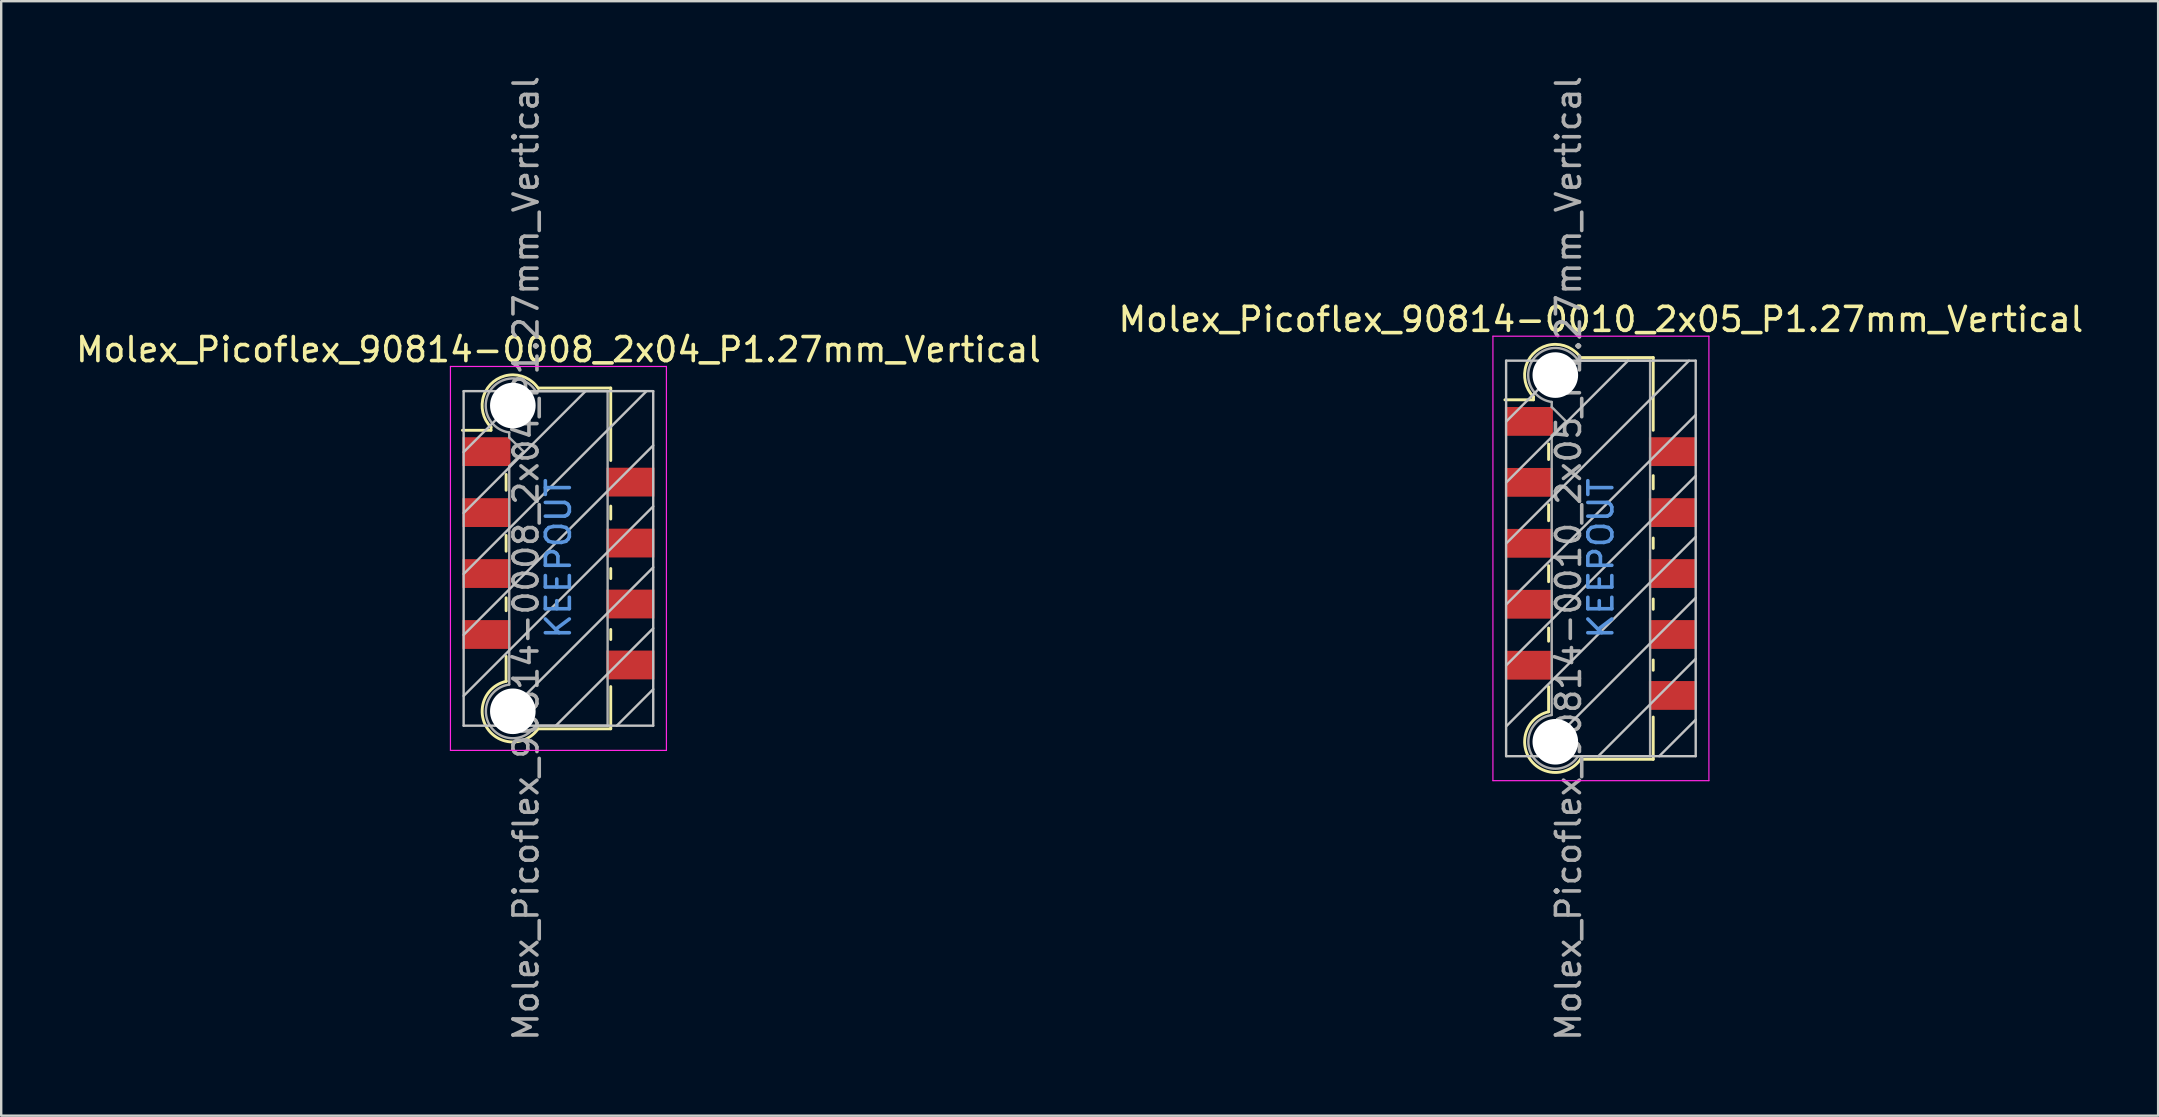
<source format=kicad_pcb>
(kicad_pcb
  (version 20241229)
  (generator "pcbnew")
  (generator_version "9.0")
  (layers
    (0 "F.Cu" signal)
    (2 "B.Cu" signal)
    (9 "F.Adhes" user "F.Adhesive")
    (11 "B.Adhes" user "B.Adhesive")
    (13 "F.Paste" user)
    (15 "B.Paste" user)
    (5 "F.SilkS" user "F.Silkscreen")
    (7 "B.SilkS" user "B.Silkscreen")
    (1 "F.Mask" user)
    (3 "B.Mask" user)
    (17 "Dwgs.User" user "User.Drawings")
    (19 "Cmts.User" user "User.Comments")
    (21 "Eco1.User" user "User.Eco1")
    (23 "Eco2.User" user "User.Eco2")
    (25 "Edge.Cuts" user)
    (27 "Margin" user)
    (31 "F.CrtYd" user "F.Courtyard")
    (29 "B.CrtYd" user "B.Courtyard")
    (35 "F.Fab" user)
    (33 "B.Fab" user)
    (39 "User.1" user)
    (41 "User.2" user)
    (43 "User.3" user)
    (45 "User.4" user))
  (footprint "Molex_Picoflex_90814-0008_2x04_P1.27mm_Vertical"
    (layer "F.Cu")
    (at 20.22 20.22)
    (property "Reference" "Molex_Picoflex_90814-0008_2x04_P1.27mm_Vertical" (at 0 -8.7 0) (layer "F.SilkS") (effects (font (size 1 1) (thickness 0.15))))
    (attr smd)
    (fp_line (start -2.81 -5.47) (end -2.81 -5.34) (stroke (width 0.12) (type solid)) (layer "F.SilkS"))
    (fp_line (start -2.81 -5.34) (end -4 -5.34) (stroke (width 0.12) (type solid)) (layer "F.SilkS"))
    (fp_line (start -2.18 -2.84) (end -2.18 -3.5) (stroke (width 0.12) (type solid)) (layer "F.SilkS"))
    (fp_line (start -2.18 -0.3) (end -2.18 -0.96) (stroke (width 0.12) (type solid)) (layer "F.SilkS"))
    (fp_line (start -2.18 2.18) (end -2.18 1.64) (stroke (width 0.12) (type solid)) (layer "F.SilkS"))
    (fp_line (start -2.18 5.12) (end -2.18 4.08) (stroke (width 0.12) (type solid)) (layer "F.SilkS"))
    (fp_line (start 2.18 -7.1) (end -0.82 -7.1) (stroke (width 0.12) (type solid)) (layer "F.SilkS"))
    (fp_line (start 2.18 -7.1) (end 2.18 -4.08) (stroke (width 0.12) (type solid)) (layer "F.SilkS"))
    (fp_line (start 2.18 -2.18) (end 2.18 -1.64) (stroke (width 0.12) (type solid)) (layer "F.SilkS"))
    (fp_line (start 2.18 0.42) (end 2.18 0.84) (stroke (width 0.12) (type solid)) (layer "F.SilkS"))
    (fp_line (start 2.18 2.96) (end 2.18 3.38) (stroke (width 0.12) (type solid)) (layer "F.SilkS"))
    (fp_line (start 2.18 5.34) (end 2.18 7.1) (stroke (width 0.12) (type solid)) (layer "F.SilkS"))
    (fp_line (start 2.18 7.1) (end -0.85 7.1) (stroke (width 0.12) (type solid)) (layer "F.SilkS"))
    (fp_arc (start -2.81 -5.47) (mid -2.708637 -7.362072) (end -0.834991 -7.079828) (stroke (width 0.12) (type solid)) (layer "F.SilkS"))
    (fp_arc (start -0.85 7.1) (mid -2.962791 7.081248) (end -2.174424 5.120964) (stroke (width 0.12) (type solid)) (layer "F.SilkS"))
    (fp_line (start -3.95 -6.97) (end -3.95 6.97) (stroke (width 0.1) (type solid)) (layer "Dwgs.User"))
    (fp_line (start -3.95 -4.43) (end -1.41 -6.97) (stroke (width 0.1) (type solid)) (layer "Dwgs.User"))
    (fp_line (start -3.95 -1.89) (end 1.13 -6.97) (stroke (width 0.1) (type solid)) (layer "Dwgs.User"))
    (fp_line (start -3.95 0.65) (end 3.67 -6.97) (stroke (width 0.1) (type solid)) (layer "Dwgs.User"))
    (fp_line (start -3.95 3.19) (end 3.95 -4.71) (stroke (width 0.1) (type solid)) (layer "Dwgs.User"))
    (fp_line (start -3.95 5.73) (end 3.95 -2.17) (stroke (width 0.1) (type solid)) (layer "Dwgs.User"))
    (fp_line (start -3.95 6.97) (end 3.95 6.97) (stroke (width 0.1) (type solid)) (layer "Dwgs.User"))
    (fp_line (start -2.65 6.97) (end 3.95 0.37) (stroke (width 0.1) (type solid)) (layer "Dwgs.User"))
    (fp_line (start -0.11 6.97) (end 3.95 2.91) (stroke (width 0.1) (type solid)) (layer "Dwgs.User"))
    (fp_line (start 2.43 6.97) (end 3.95 5.45) (stroke (width 0.1) (type solid)) (layer "Dwgs.User"))
    (fp_line (start 3.95 -6.97) (end -3.95 -6.97) (stroke (width 0.1) (type solid)) (layer "Dwgs.User"))
    (fp_line (start 3.95 6.97) (end 3.95 -6.97) (stroke (width 0.1) (type solid)) (layer "Dwgs.User"))
    (fp_line (start -4.5 -8) (end -4.5 8) (stroke (width 0.05) (type solid)) (layer "F.CrtYd"))
    (fp_line (start -4.5 8) (end 4.5 8) (stroke (width 0.05) (type solid)) (layer "F.CrtYd"))
    (fp_line (start 4.5 -8) (end -4.5 -8) (stroke (width 0.05) (type solid)) (layer "F.CrtYd"))
    (fp_line (start 4.5 8) (end 4.5 -8) (stroke (width 0.05) (type solid)) (layer "F.CrtYd"))
    (fp_line (start -2.05 -5.04) (end -2.05 -5.25) (stroke (width 0.1) (type solid)) (layer "F.Fab"))
    (fp_line (start -2.05 -3.85) (end -1.45 -4.45) (stroke (width 0.1) (type solid)) (layer "F.Fab"))
    (fp_line (start -2.05 5.25) (end -2.05 -3.85) (stroke (width 0.1) (type solid)) (layer "F.Fab"))
    (fp_line (start -1.45 -4.45) (end -2.05 -5.04) (stroke (width 0.1) (type solid)) (layer "F.Fab"))
    (fp_line (start 2.05 -6.97) (end -0.93 -6.97) (stroke (width 0.1) (type solid)) (layer "F.Fab"))
    (fp_line (start 2.05 -6.97) (end 2.05 6.97) (stroke (width 0.1) (type solid)) (layer "F.Fab"))
    (fp_line (start 2.05 6.97) (end -0.95 6.97) (stroke (width 0.1) (type solid)) (layer "F.Fab"))
    (fp_arc (start -2.05 -5.25) (mid -2.851672 -6.979279) (end -0.945612 -6.975015) (stroke (width 0.1) (type solid)) (layer "F.Fab"))
    (fp_arc (start -0.95 6.97) (mid -2.845272 6.977422) (end -2.051022 5.256585) (stroke (width 0.1) (type solid)) (layer "F.Fab"))
    (fp_text user "KEEPOUT" (at 0 0 90) (layer "Cmts.User") (effects (font (size 1 1) (thickness 0.15))))
    (fp_text user "${REFERENCE}" (at -1.35 0 90) (layer "F.Fab") (effects (font (size 1 1) (thickness 0.15))))
    (pad "" np_thru_hole circle (at -1.9 -6.37) (size 1.9 1.9) (drill 1.9) (layers "*.Cu" "*.Mask"))
    (pad "" np_thru_hole circle (at -1.9 6.37) (size 1.9 1.9) (drill 1.9) (layers "*.Cu" "*.Mask"))
    (pad "1" smd rect (at -3 -4.45) (size 2 1.2) (layers "F.Cu" "F.Mask" "F.Paste"))
    (pad "2" smd rect (at 3 -3.18) (size 2 1.2) (layers "F.Cu" "F.Mask" "F.Paste"))
    (pad "3" smd rect (at -3 -1.91) (size 2 1.2) (layers "F.Cu" "F.Mask" "F.Paste"))
    (pad "4" smd rect (at 3 -0.64) (size 2 1.2) (layers "F.Cu" "F.Mask" "F.Paste"))
    (pad "5" smd rect (at -3 0.63) (size 2 1.2) (layers "F.Cu" "F.Mask" "F.Paste"))
    (pad "6" smd rect (at 3 1.9) (size 2 1.2) (layers "F.Cu" "F.Mask" "F.Paste"))
    (pad "7" smd rect (at -3 3.17) (size 2 1.2) (layers "F.Cu" "F.Mask" "F.Paste"))
    (pad "8" smd rect (at 3 4.44) (size 2 1.2) (layers "F.Cu" "F.Mask" "F.Paste")))
  (footprint "Molex_Picoflex_90814-0010_2x05_P1.27mm_Vertical"
    (layer "F.Cu")
    (at 63.661 20.22)
    (property "Reference" "Molex_Picoflex_90814-0010_2x05_P1.27mm_Vertical" (at 0 -9.96 0) (layer "F.SilkS") (effects (font (size 1 1) (thickness 0.15))))
    (attr smd)
    (fp_line (start -2.81 -6.74) (end -2.81 -6.61) (stroke (width 0.12) (type solid)) (layer "F.SilkS"))
    (fp_line (start -2.81 -6.61) (end -4 -6.61) (stroke (width 0.12) (type solid)) (layer "F.SilkS"))
    (fp_line (start -2.18 -4.12) (end -2.18 -4.77) (stroke (width 0.12) (type solid)) (layer "F.SilkS"))
    (fp_line (start -2.18 -1.57) (end -2.18 -2.24) (stroke (width 0.12) (type solid)) (layer "F.SilkS"))
    (fp_line (start -2.18 0.97) (end -2.18 0.3) (stroke (width 0.12) (type solid)) (layer "F.SilkS"))
    (fp_line (start -2.18 3.45) (end -2.18 2.9) (stroke (width 0.12) (type solid)) (layer "F.SilkS"))
    (fp_line (start -2.18 6.39) (end -2.18 5.34) (stroke (width 0.12) (type solid)) (layer "F.SilkS"))
    (fp_line (start 2.18 -8.37) (end -0.82 -8.37) (stroke (width 0.12) (type solid)) (layer "F.SilkS"))
    (fp_line (start 2.18 -8.37) (end 2.18 -5.34) (stroke (width 0.12) (type solid)) (layer "F.SilkS"))
    (fp_line (start 2.18 -3.45) (end 2.18 -2.9) (stroke (width 0.12) (type solid)) (layer "F.SilkS"))
    (fp_line (start 2.18 -0.85) (end 2.18 -0.42) (stroke (width 0.12) (type solid)) (layer "F.SilkS"))
    (fp_line (start 2.18 1.69) (end 2.18 2.12) (stroke (width 0.12) (type solid)) (layer "F.SilkS"))
    (fp_line (start 2.18 4.23) (end 2.18 4.66) (stroke (width 0.12) (type solid)) (layer "F.SilkS"))
    (fp_line (start 2.18 6.61) (end 2.18 8.37) (stroke (width 0.12) (type solid)) (layer "F.SilkS"))
    (fp_line (start 2.18 8.37) (end -0.85 8.37) (stroke (width 0.12) (type solid)) (layer "F.SilkS"))
    (fp_arc (start -2.81 -6.74) (mid -2.708637 -8.632072) (end -0.834991 -8.349828) (stroke (width 0.12) (type solid)) (layer "F.SilkS"))
    (fp_arc (start -0.85 8.37) (mid -2.962791 8.351248) (end -2.174424 6.390964) (stroke (width 0.12) (type solid)) (layer "F.SilkS"))
    (fp_line (start -3.95 -8.24) (end -3.95 8.24) (stroke (width 0.1) (type solid)) (layer "Dwgs.User"))
    (fp_line (start -3.95 -5.7) (end -1.41 -8.24) (stroke (width 0.1) (type solid)) (layer "Dwgs.User"))
    (fp_line (start -3.95 -3.16) (end 1.13 -8.24) (stroke (width 0.1) (type solid)) (layer "Dwgs.User"))
    (fp_line (start -3.95 -0.62) (end 3.67 -8.24) (stroke (width 0.1) (type solid)) (layer "Dwgs.User"))
    (fp_line (start -3.95 1.92) (end 3.95 -5.98) (stroke (width 0.1) (type solid)) (layer "Dwgs.User"))
    (fp_line (start -3.95 4.46) (end 3.95 -3.44) (stroke (width 0.1) (type solid)) (layer "Dwgs.User"))
    (fp_line (start -3.95 7) (end 3.95 -0.9) (stroke (width 0.1) (type solid)) (layer "Dwgs.User"))
    (fp_line (start -3.95 8.24) (end 3.95 8.24) (stroke (width 0.1) (type solid)) (layer "Dwgs.User"))
    (fp_line (start -2.65 8.24) (end 3.95 1.64) (stroke (width 0.1) (type solid)) (layer "Dwgs.User"))
    (fp_line (start -0.11 8.24) (end 3.95 4.18) (stroke (width 0.1) (type solid)) (layer "Dwgs.User"))
    (fp_line (start 2.43 8.24) (end 3.95 6.72) (stroke (width 0.1) (type solid)) (layer "Dwgs.User"))
    (fp_line (start 3.95 -8.24) (end -3.95 -8.24) (stroke (width 0.1) (type solid)) (layer "Dwgs.User"))
    (fp_line (start 3.95 8.24) (end 3.95 -8.24) (stroke (width 0.1) (type solid)) (layer "Dwgs.User"))
    (fp_line (start -4.5 -9.26) (end -4.5 9.26) (stroke (width 0.05) (type solid)) (layer "F.CrtYd"))
    (fp_line (start -4.5 9.26) (end 4.5 9.26) (stroke (width 0.05) (type solid)) (layer "F.CrtYd"))
    (fp_line (start 4.5 -9.26) (end -4.5 -9.26) (stroke (width 0.05) (type solid)) (layer "F.CrtYd"))
    (fp_line (start 4.5 9.26) (end 4.5 -9.26) (stroke (width 0.05) (type solid)) (layer "F.CrtYd"))
    (fp_line (start -2.05 -6.31) (end -2.05 -6.52) (stroke (width 0.1) (type solid)) (layer "F.Fab"))
    (fp_line (start -2.05 -5.12) (end -1.45 -5.71) (stroke (width 0.1) (type solid)) (layer "F.Fab"))
    (fp_line (start -2.05 6.52) (end -2.05 -5.12) (stroke (width 0.1) (type solid)) (layer "F.Fab"))
    (fp_line (start -1.45 -5.71) (end -2.05 -6.31) (stroke (width 0.1) (type solid)) (layer "F.Fab"))
    (fp_line (start 2.05 -8.24) (end -0.93 -8.24) (stroke (width 0.1) (type solid)) (layer "F.Fab"))
    (fp_line (start 2.05 -8.24) (end 2.05 8.24) (stroke (width 0.1) (type solid)) (layer "F.Fab"))
    (fp_line (start 2.05 8.24) (end -0.95 8.24) (stroke (width 0.1) (type solid)) (layer "F.Fab"))
    (fp_arc (start -2.05 -6.52) (mid -2.851672 -8.249279) (end -0.945612 -8.245015) (stroke (width 0.1) (type solid)) (layer "F.Fab"))
    (fp_arc (start -0.95 8.24) (mid -2.845272 8.247422) (end -2.051022 6.526585) (stroke (width 0.1) (type solid)) (layer "F.Fab"))
    (fp_text user "KEEPOUT" (at 0 0 90) (layer "Cmts.User") (effects (font (size 1 1) (thickness 0.15))))
    (fp_text user "${REFERENCE}" (at -1.35 0 90) (layer "F.Fab") (effects (font (size 1 1) (thickness 0.15))))
    (pad "" np_thru_hole circle (at -1.9 -7.64) (size 1.9 1.9) (drill 1.9) (layers "*.Cu" "*.Mask"))
    (pad "" np_thru_hole circle (at -1.9 7.64) (size 1.9 1.9) (drill 1.9) (layers "*.Cu" "*.Mask"))
    (pad "1" smd rect (at -3 -5.71) (size 2 1.2) (layers "F.Cu" "F.Mask" "F.Paste"))
    (pad "2" smd rect (at 3 -4.45) (size 2 1.2) (layers "F.Cu" "F.Mask" "F.Paste"))
    (pad "3" smd rect (at -3 -3.17) (size 2 1.2) (layers "F.Cu" "F.Mask" "F.Paste"))
    (pad "4" smd rect (at 3 -1.91) (size 2 1.2) (layers "F.Cu" "F.Mask" "F.Paste"))
    (pad "5" smd rect (at -3 -0.63) (size 2 1.2) (layers "F.Cu" "F.Mask" "F.Paste"))
    (pad "6" smd rect (at 3 0.63) (size 2 1.2) (layers "F.Cu" "F.Mask" "F.Paste"))
    (pad "7" smd rect (at -3 1.91) (size 2 1.2) (layers "F.Cu" "F.Mask" "F.Paste"))
    (pad "8" smd rect (at 3 3.17) (size 2 1.2) (layers "F.Cu" "F.Mask" "F.Paste"))
    (pad "9" smd rect (at -3 4.45) (size 2 1.2) (layers "F.Cu" "F.Mask" "F.Paste"))
    (pad "10" smd rect (at 3 5.71) (size 2 1.2) (layers "F.Cu" "F.Mask" "F.Paste")))
  (gr_rect
    (start -3 -3)
    (end 86.881 43.44)
    (stroke (width 0.1) (type default))
    (fill no)
    (layer "Edge.Cuts")))
</source>
